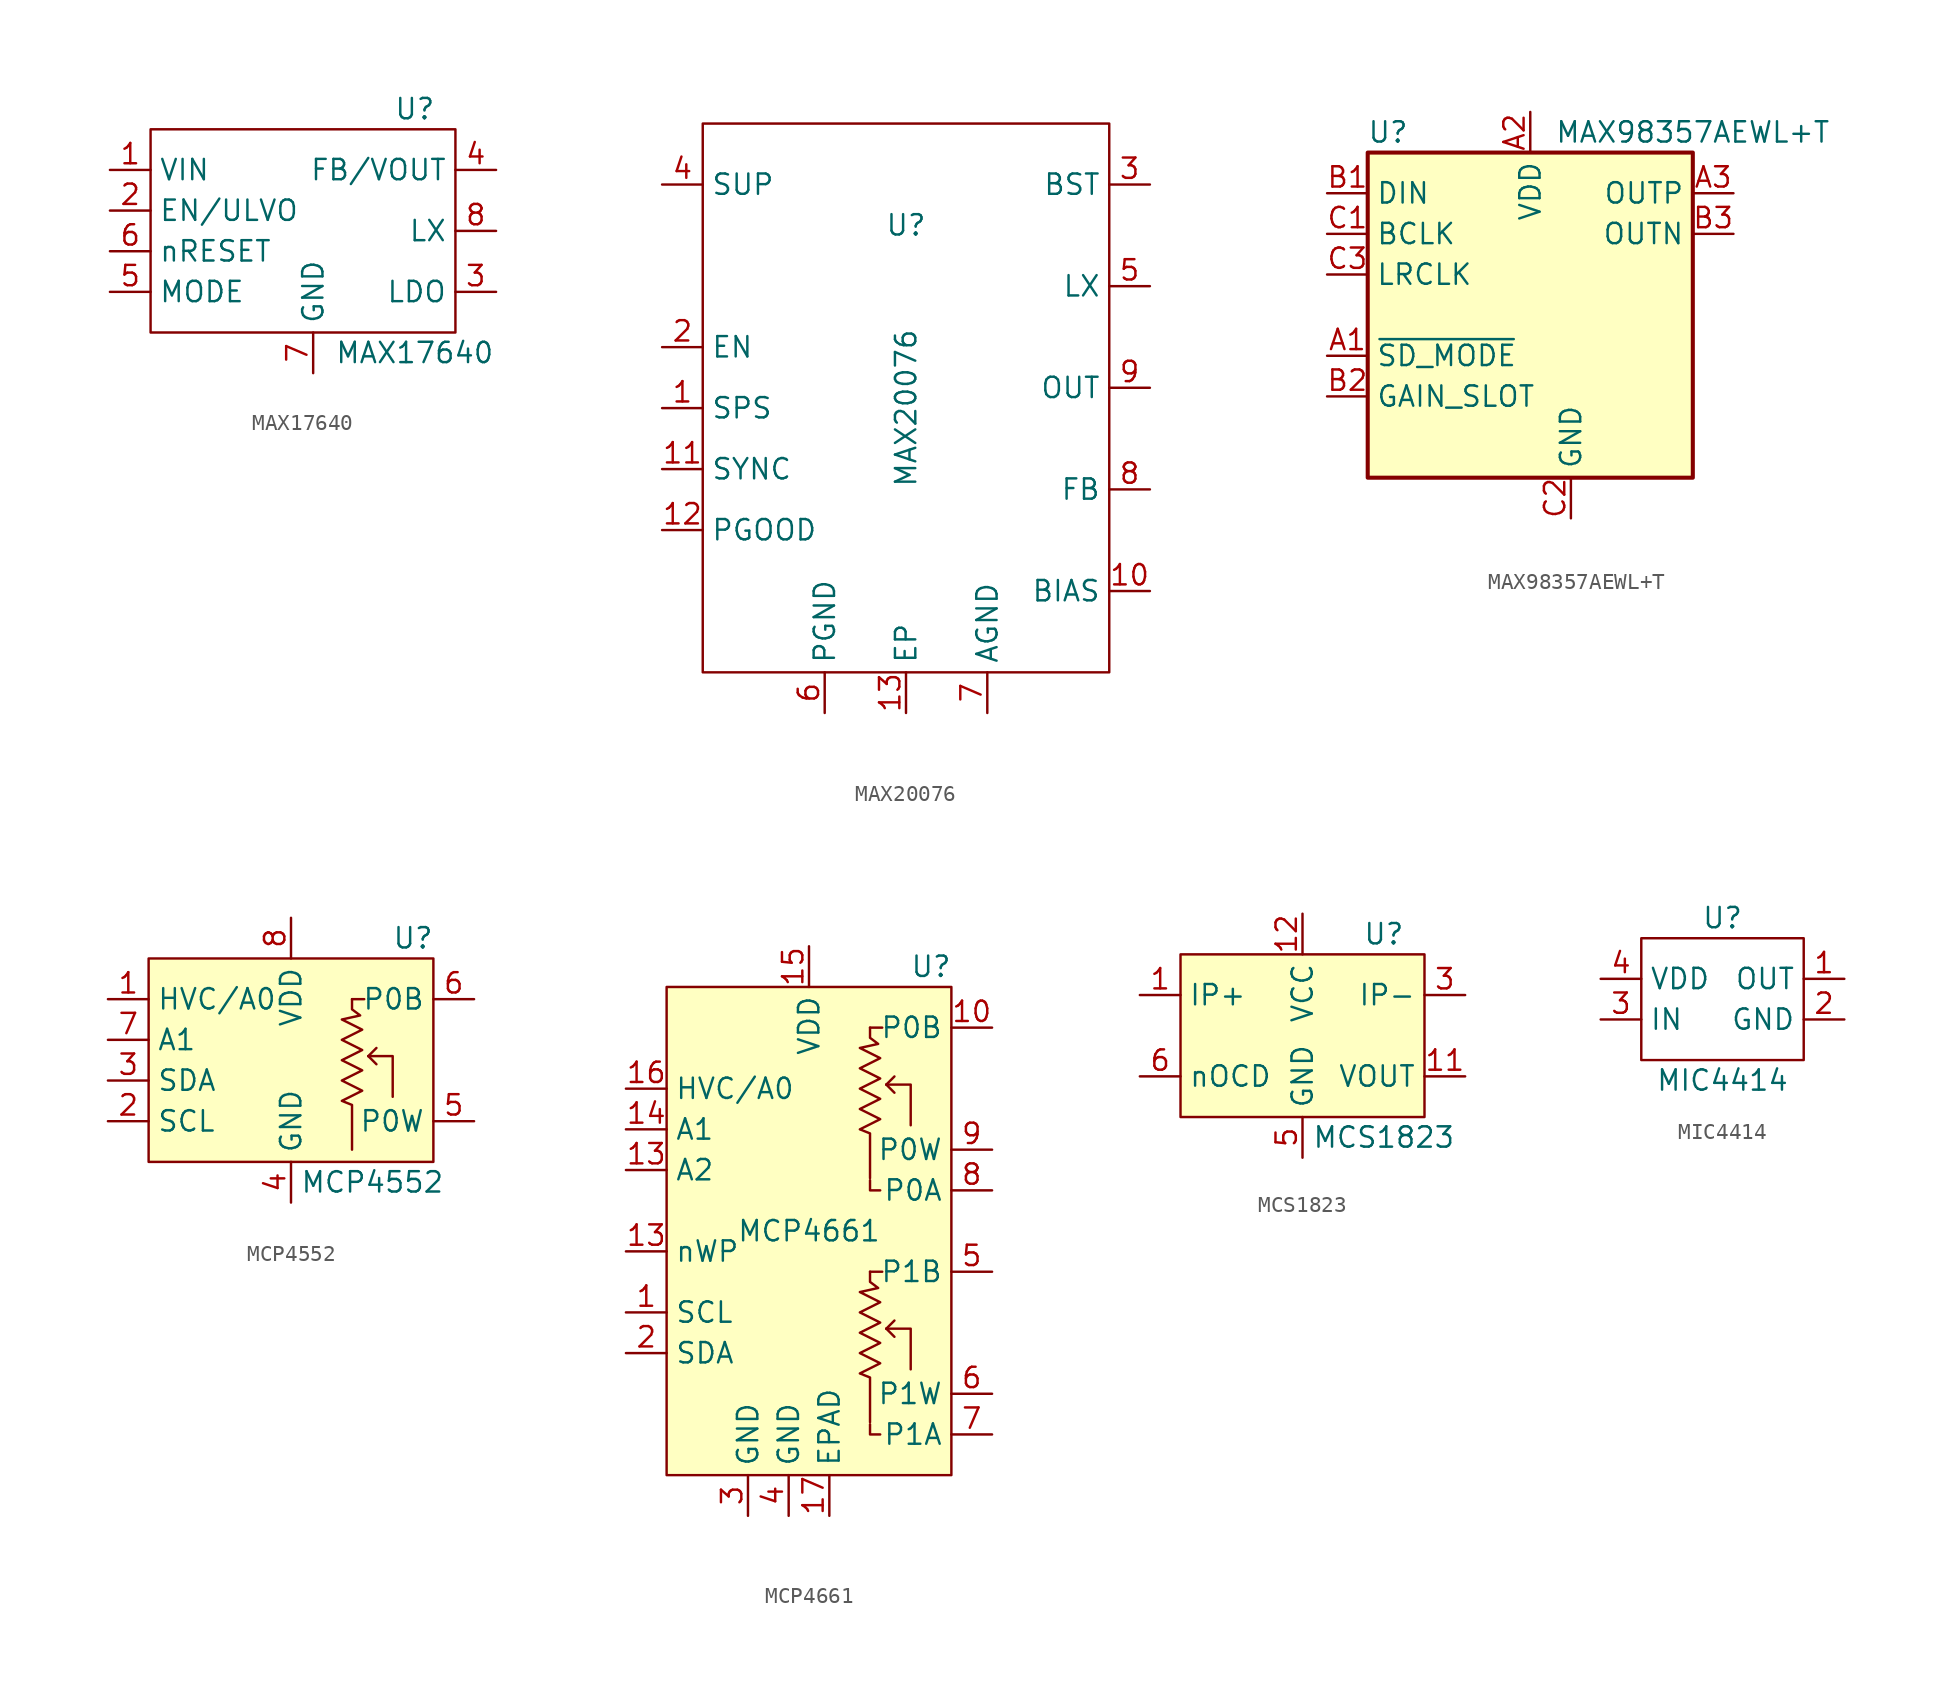
<source format=kicad_sym>
(kicad_symbol_lib
  (version 20231120)
  (generator "kicad_symbol_editor")
  (generator_version "8.0")
  (symbol "MAX17640"
    (property "Reference" "U"
      (at 6.35 7.62 0)
      (effects (font (size 1.27 1.27))))
    (property "Value" "MAX17640"
      (at 6.35 -7.62 0)
      (effects (font (size 1.27 1.27))))
    (symbol "MAX17640_0_0"
      (pin unspecified line (at -12.7 3.81 0) (length 2.54) (name "VIN" (effects (font (size 1.27 1.27)))) (number "1" (effects (font (size 1.27 1.27)))))
      (pin unspecified line (at -12.7 1.27 0) (length 2.54) (name "EN/ULVO" (effects (font (size 1.27 1.27)))) (number "2" (effects (font (size 1.27 1.27)))))
      (pin unspecified line (at 11.43 -3.81 180) (length 2.54) (name "LDO" (effects (font (size 1.27 1.27)))) (number "3" (effects (font (size 1.27 1.27)))))
      (pin unspecified line (at 11.43 3.81 180) (length 2.54) (name "FB/VOUT" (effects (font (size 1.27 1.27)))) (number "4" (effects (font (size 1.27 1.27)))))
      (pin unspecified line (at -12.7 -3.81 0) (length 2.54) (name "MODE" (effects (font (size 1.27 1.27)))) (number "5" (effects (font (size 1.27 1.27)))))
      (pin unspecified line (at -12.7 -1.27 0) (length 2.54) (name "nRESET" (effects (font (size 1.27 1.27)))) (number "6" (effects (font (size 1.27 1.27)))))
      (pin unspecified line (at 0 -8.89 90) (length 2.54) (name "GND" (effects (font (size 1.27 1.27)))) (number "7" (effects (font (size 1.27 1.27)))))
      (pin unspecified line (at 11.43 0 180) (length 2.54) (name "LX" (effects (font (size 1.27 1.27)))) (number "8" (effects (font (size 1.27 1.27))))))
    (symbol "MAX17640_0_1"
      (rectangle (start -10.16 6.35) (end 8.89 -6.35) (stroke (width 0) (type default)) (fill (type none)))))
  (symbol "MAX20076"
    (property "Reference" "U"
      (at 0 11.43 0)
      (effects (font (size 1.27 1.27))))
    (property "Value" "MAX20076"
      (at 0 0 90)
      (effects (font (size 1.27 1.27))))
    (symbol "MAX20076_0_0"
      (pin input line (at -15.24 0 0) (length 2.54) (name "SPS" (effects (font (size 1.27 1.27)))) (number "1" (effects (font (size 1.27 1.27)))))
      (pin unspecified line (at 15.24 -11.43 180) (length 2.54) (name "BIAS" (effects (font (size 1.27 1.27)))) (number "10" (effects (font (size 1.27 1.27)))))
      (pin unspecified line (at -15.24 -3.81 0) (length 2.54) (name "SYNC" (effects (font (size 1.27 1.27)))) (number "11" (effects (font (size 1.27 1.27)))))
      (pin open_collector line (at -15.24 -7.62 0) (length 2.54) (name "PGOOD" (effects (font (size 1.27 1.27)))) (number "12" (effects (font (size 1.27 1.27)))))
      (pin unspecified line (at 0 -19.05 90) (length 2.54) (name "EP" (effects (font (size 1.27 1.27)))) (number "13" (effects (font (size 1.27 1.27)))))
      (pin input line (at -15.24 3.81 0) (length 2.54) (name "EN" (effects (font (size 1.27 1.27)))) (number "2" (effects (font (size 1.27 1.27)))))
      (pin unspecified line (at 15.24 13.97 180) (length 2.54) (name "BST" (effects (font (size 1.27 1.27)))) (number "3" (effects (font (size 1.27 1.27)))))
      (pin unspecified line (at -15.24 13.97 0) (length 2.54) (name "SUP" (effects (font (size 1.27 1.27)))) (number "4" (effects (font (size 1.27 1.27)))))
      (pin unspecified line (at 15.24 7.62 180) (length 2.54) (name "LX" (effects (font (size 1.27 1.27)))) (number "5" (effects (font (size 1.27 1.27)))))
      (pin unspecified line (at -5.08 -19.05 90) (length 2.54) (name "PGND" (effects (font (size 1.27 1.27)))) (number "6" (effects (font (size 1.27 1.27)))))
      (pin unspecified line (at 5.08 -19.05 90) (length 2.54) (name "AGND" (effects (font (size 1.27 1.27)))) (number "7" (effects (font (size 1.27 1.27)))))
      (pin unspecified line (at 15.24 -5.08 180) (length 2.54) (name "FB" (effects (font (size 1.27 1.27)))) (number "8" (effects (font (size 1.27 1.27)))))
      (pin unspecified line (at 15.24 1.27 180) (length 2.54) (name "OUT" (effects (font (size 1.27 1.27)))) (number "9" (effects (font (size 1.27 1.27))))))
    (symbol "MAX20076_0_1"
      (rectangle (start -12.7 17.78) (end 12.7 -16.51) (stroke (width 0) (type default)) (fill (type none)))))
  (symbol "MAX98357AEWL+T"
    (property "Reference" "U"
      (at -8.89 11.43 0)
      (effects (font (size 1.27 1.27))))
    (property "Value" "MAX98357AEWL+T"
      (at 10.16 11.43 0)
      (effects (font (size 1.27 1.27))))
    (symbol "MAX98357AEWL+T_1_1"
      (rectangle (start -10.16 10.16) (end 10.16 -10.16) (stroke (width 0.254) (type default)) (fill (type background)))
      (pin input line (at -12.7 -2.54 0) (length 2.54) (name "~{SD_MODE}" (effects (font (size 1.27 1.27)))) (number "A1" (effects (font (size 1.27 1.27)))))
      (pin power_in line (at 0 12.7 270) (length 2.54) (name "VDD" (effects (font (size 1.27 1.27)))) (number "A2" (effects (font (size 1.27 1.27)))))
      (pin output line (at 12.7 7.62 180) (length 2.54) (name "OUTP" (effects (font (size 1.27 1.27)))) (number "A3" (effects (font (size 1.27 1.27)))))
      (pin input line (at -12.7 7.62 0) (length 2.54) (name "DIN" (effects (font (size 1.27 1.27)))) (number "B1" (effects (font (size 1.27 1.27)))))
      (pin passive line (at -12.7 -5.08 0) (length 2.54) (name "GAIN_SLOT" (effects (font (size 1.27 1.27)))) (number "B2" (effects (font (size 1.27 1.27)))))
      (pin output line (at 12.7 5.08 180) (length 2.54) (name "OUTN" (effects (font (size 1.27 1.27)))) (number "B3" (effects (font (size 1.27 1.27)))))
      (pin input line (at -12.7 5.08 0) (length 2.54) (name "BCLK" (effects (font (size 1.27 1.27)))) (number "C1" (effects (font (size 1.27 1.27)))))
      (pin unspecified line (at 2.54 -12.7 90) (length 2.54) (name "GND" (effects (font (size 1.27 1.27)))) (number "C2" (effects (font (size 1.27 1.27)))))
      (pin input line (at -12.7 2.54 0) (length 2.54) (name "LRCLK" (effects (font (size 1.27 1.27)))) (number "C3" (effects (font (size 1.27 1.27)))))))
  (symbol "MCP4552"
    (property "Reference" "U"
      (at 7.62 7.62 0)
      (effects (font (size 1.27 1.27))))
    (property "Value" "MCP4552"
      (at 5.08 -7.62 0)
      (effects (font (size 1.27 1.27))))
    (symbol "MCP4552_0_0"
      (pin unspecified line (at -11.43 3.81 0) (length 2.54) (name "HVC/A0" (effects (font (size 1.27 1.27)))) (number "1" (effects (font (size 1.27 1.27)))))
      (pin unspecified line (at -11.43 -3.81 0) (length 2.54) (name "SCL" (effects (font (size 1.27 1.27)))) (number "2" (effects (font (size 1.27 1.27)))))
      (pin unspecified line (at -11.43 -1.27 0) (length 2.54) (name "SDA" (effects (font (size 1.27 1.27)))) (number "3" (effects (font (size 1.27 1.27)))))
      (pin unspecified line (at 0 -8.89 90) (length 2.54) (name "GND" (effects (font (size 1.27 1.27)))) (number "4" (effects (font (size 1.27 1.27)))))
      (pin unspecified line (at 11.43 -3.81 180) (length 2.54) (name "P0W" (effects (font (size 1.27 1.27)))) (number "5" (effects (font (size 1.27 1.27)))))
      (pin unspecified line (at 11.43 3.81 180) (length 2.54) (name "P0B" (effects (font (size 1.27 1.27)))) (number "6" (effects (font (size 1.27 1.27)))))
      (pin unspecified line (at -11.43 1.27 0) (length 2.54) (name "A1" (effects (font (size 1.27 1.27)))) (number "7" (effects (font (size 1.27 1.27)))))
      (pin unspecified line (at 0 8.89 270) (length 2.54) (name "VDD" (effects (font (size 1.27 1.27)))) (number "8" (effects (font (size 1.27 1.27))))))
    (symbol "MCP4552_0_1"
      (rectangle (start -8.89 6.35) (end 8.89 -6.35) (stroke (width 0) (type default)) (fill (type background)))
      (polyline (pts (xy 3.81 3.81) (xy 4.572 3.81)) (stroke (width 0) (type default)) (fill (type none)))
      (polyline (pts (xy 4.826 0.254) (xy 5.334 -0.254)) (stroke (width 0) (type default)) (fill (type none)))
      (polyline (pts (xy 4.826 0.254) (xy 5.334 0.762)) (stroke (width 0) (type default)) (fill (type none)))
      (polyline (pts (xy 6.35 -2.286) (xy 6.35 0.254) (xy 4.826 0.254)) (stroke (width 0) (type default)) (fill (type none)))
      (polyline (pts (xy 3.81 3.81) (xy 3.81 3.175) (xy 4.318 2.794) (xy 3.175 2.54) (xy 4.445 1.905) (xy 3.175 1.27) (xy 4.445 0.635) (xy 3.175 0) (xy 4.445 -0.635) (xy 3.175 -1.27) (xy 4.445 -1.905) (xy 3.175 -2.54) (xy 3.81 -2.794) (xy 3.81 -5.334) (xy 3.81 -5.588)) (stroke (width 0) (type default)) (fill (type none)))))
  (symbol "MCP4661"
    (property "Reference" "U"
      (at 7.62 7.62 0)
      (effects (font (size 1.27 1.27))))
    (property "Value" "MCP4661"
      (at 0 -8.89 0)
      (effects (font (size 1.27 1.27))))
    (symbol "MCP4661_0_0"
      (pin input line (at -11.43 -13.97 0) (length 2.54) (name "SCL" (effects (font (size 1.27 1.27)))) (number "1" (effects (font (size 1.27 1.27)))))
      (pin input line (at 11.43 3.81 180) (length 2.54) (name "P0B" (effects (font (size 1.27 1.27)))) (number "10" (effects (font (size 1.27 1.27)))))
      (pin no_connect line (at -2.54 8.89 270) (length 2.54) hide (name "NC" (effects (font (size 1.27 1.27)))) (number "11" (effects (font (size 1.27 1.27)))))
      (pin input line (at -11.43 -5.08 0) (length 2.54) (name "A2" (effects (font (size 1.27 1.27)))) (number "13" (effects (font (size 1.27 1.27)))))
      (pin input line (at -11.43 -10.16 0) (length 2.54) (name "nWP" (effects (font (size 1.27 1.27)))) (number "13" (effects (font (size 1.27 1.27)))))
      (pin input line (at -11.43 -2.54 0) (length 2.54) (name "A1" (effects (font (size 1.27 1.27)))) (number "14" (effects (font (size 1.27 1.27)))))
      (pin unspecified line (at 0 8.89 270) (length 2.54) (name "VDD" (effects (font (size 1.27 1.27)))) (number "15" (effects (font (size 1.27 1.27)))))
      (pin input line (at -11.43 0 0) (length 2.54) (name "HVC/A0" (effects (font (size 1.27 1.27)))) (number "16" (effects (font (size 1.27 1.27)))))
      (pin unspecified line (at 1.27 -26.67 90) (length 2.54) (name "EPAD" (effects (font (size 1.27 1.27)))) (number "17" (effects (font (size 1.27 1.27)))))
      (pin bidirectional line (at -11.43 -16.51 0) (length 2.54) (name "SDA" (effects (font (size 1.27 1.27)))) (number "2" (effects (font (size 1.27 1.27)))))
      (pin unspecified line (at -3.81 -26.67 90) (length 2.54) (name "GND" (effects (font (size 1.27 1.27)))) (number "3" (effects (font (size 1.27 1.27)))))
      (pin unspecified line (at -1.27 -26.67 90) (length 2.54) (name "GND" (effects (font (size 1.27 1.27)))) (number "4" (effects (font (size 1.27 1.27)))))
      (pin input line (at 11.43 -11.43 180) (length 2.54) (name "P1B" (effects (font (size 1.27 1.27)))) (number "5" (effects (font (size 1.27 1.27)))))
      (pin output line (at 11.43 -19.05 180) (length 2.54) (name "P1W" (effects (font (size 1.27 1.27)))) (number "6" (effects (font (size 1.27 1.27)))))
      (pin input line (at 11.43 -21.59 180) (length 2.54) (name "P1A" (effects (font (size 1.27 1.27)))) (number "7" (effects (font (size 1.27 1.27)))))
      (pin input line (at 11.43 -6.35 180) (length 2.54) (name "P0A" (effects (font (size 1.27 1.27)))) (number "8" (effects (font (size 1.27 1.27)))))
      (pin output line (at 11.43 -3.81 180) (length 2.54) (name "P0W" (effects (font (size 1.27 1.27)))) (number "9" (effects (font (size 1.27 1.27))))))
    (symbol "MCP4661_0_1"
      (rectangle (start -8.89 6.35) (end 8.89 -24.13) (stroke (width 0) (type default)) (fill (type background)))
      (polyline (pts (xy 3.81 -11.43) (xy 4.572 -11.43)) (stroke (width 0) (type default)) (fill (type none)))
      (polyline (pts (xy 3.81 3.81) (xy 4.572 3.81)) (stroke (width 0) (type default)) (fill (type none)))
      (polyline (pts (xy 4.826 -14.986) (xy 5.334 -15.494)) (stroke (width 0) (type default)) (fill (type none)))
      (polyline (pts (xy 4.826 -14.986) (xy 5.334 -14.478)) (stroke (width 0) (type default)) (fill (type none)))
      (polyline (pts (xy 4.826 0.254) (xy 5.334 -0.254)) (stroke (width 0) (type default)) (fill (type none)))
      (polyline (pts (xy 4.826 0.254) (xy 5.334 0.762)) (stroke (width 0) (type default)) (fill (type none)))
      (polyline (pts (xy 3.81 -20.955) (xy 3.81 -21.59) (xy 4.445 -21.59)) (stroke (width 0) (type default)) (fill (type none)))
      (polyline (pts (xy 3.81 -5.715) (xy 3.81 -6.35) (xy 4.445 -6.35)) (stroke (width 0) (type default)) (fill (type none)))
      (polyline (pts (xy 6.35 -17.526) (xy 6.35 -14.986) (xy 4.826 -14.986)) (stroke (width 0) (type default)) (fill (type none)))
      (polyline (pts (xy 6.35 -2.286) (xy 6.35 0.254) (xy 4.826 0.254)) (stroke (width 0) (type default)) (fill (type none)))
      (polyline (pts (xy 3.81 -11.43) (xy 3.81 -12.065) (xy 4.318 -12.446) (xy 3.175 -12.7) (xy 4.445 -13.335) (xy 3.175 -13.97) (xy 4.445 -14.605) (xy 3.175 -15.24) (xy 4.445 -15.875) (xy 3.175 -16.51) (xy 4.445 -17.145) (xy 3.175 -17.78) (xy 3.81 -18.034) (xy 3.81 -20.574) (xy 3.81 -20.828)) (stroke (width 0) (type default)) (fill (type none)))
      (polyline (pts (xy 3.81 3.81) (xy 3.81 3.175) (xy 4.318 2.794) (xy 3.175 2.54) (xy 4.445 1.905) (xy 3.175 1.27) (xy 4.445 0.635) (xy 3.175 0) (xy 4.445 -0.635) (xy 3.175 -1.27) (xy 4.445 -1.905) (xy 3.175 -2.54) (xy 3.81 -2.794) (xy 3.81 -5.334) (xy 3.81 -5.588)) (stroke (width 0) (type default)) (fill (type none)))))
  (symbol "MCS1823"
    (property "Reference" "U"
      (at 5.08 6.35 0)
      (effects (font (size 1.27 1.27))))
    (property "Value" "MCS1823"
      (at 5.08 -6.35 0)
      (effects (font (size 1.27 1.27))))
    (symbol "MCS1823_0_0"
      (pin passive line (at -10.16 2.54 0) (length 2.54) (name "IP+" (effects (font (size 1.27 1.27)))) (number "1" (effects (font (size 1.27 1.27)))))
      (pin output line (at 10.16 -2.54 180) (length 2.54) (name "VOUT" (effects (font (size 1.27 1.27)))) (number "11" (effects (font (size 1.27 1.27)))))
      (pin power_in line (at 0 7.62 270) (length 2.54) (name "VCC" (effects (font (size 1.27 1.27)))) (number "12" (effects (font (size 1.27 1.27)))))
      (pin passive line (at 10.16 2.54 180) (length 2.54) (name "IP-" (effects (font (size 1.27 1.27)))) (number "3" (effects (font (size 1.27 1.27)))))
      (pin power_in line (at 0 -7.62 90) (length 2.54) (name "GND" (effects (font (size 1.27 1.27)))) (number "5" (effects (font (size 1.27 1.27)))))
      (pin open_collector line (at -10.16 -2.54 0) (length 2.54) (name "nOCD" (effects (font (size 1.27 1.27)))) (number "6" (effects (font (size 1.27 1.27))))))
    (symbol "MCS1823_1_1"
      (rectangle (start -7.62 5.08) (end 7.62 -5.08) (stroke (width 0) (type default)) (fill (type background)))))
  (symbol "MIC4414"
    (property "Reference" "U"
      (at 0 5.08 0)
      (effects (font (size 1.27 1.27))))
    (property "Value" "MIC4414"
      (at 0 -5.08 0)
      (effects (font (size 1.27 1.27))))
    (symbol "MIC4414_0_0"
      (pin unspecified line (at 7.62 1.27 180) (length 2.54) (name "OUT" (effects (font (size 1.27 1.27)))) (number "1" (effects (font (size 1.27 1.27)))))
      (pin unspecified line (at 7.62 -1.27 180) (length 2.54) (name "GND" (effects (font (size 1.27 1.27)))) (number "2" (effects (font (size 1.27 1.27)))))
      (pin unspecified line (at -7.62 -1.27 0) (length 2.54) (name "IN" (effects (font (size 1.27 1.27)))) (number "3" (effects (font (size 1.27 1.27)))))
      (pin unspecified line (at -7.62 1.27 0) (length 2.54) (name "VDD" (effects (font (size 1.27 1.27)))) (number "4" (effects (font (size 1.27 1.27))))))
    (symbol "MIC4414_0_1"
      (rectangle (start -5.08 3.81) (end 5.08 -3.81) (stroke (width 0) (type default)) (fill (type none))))))
</source>
